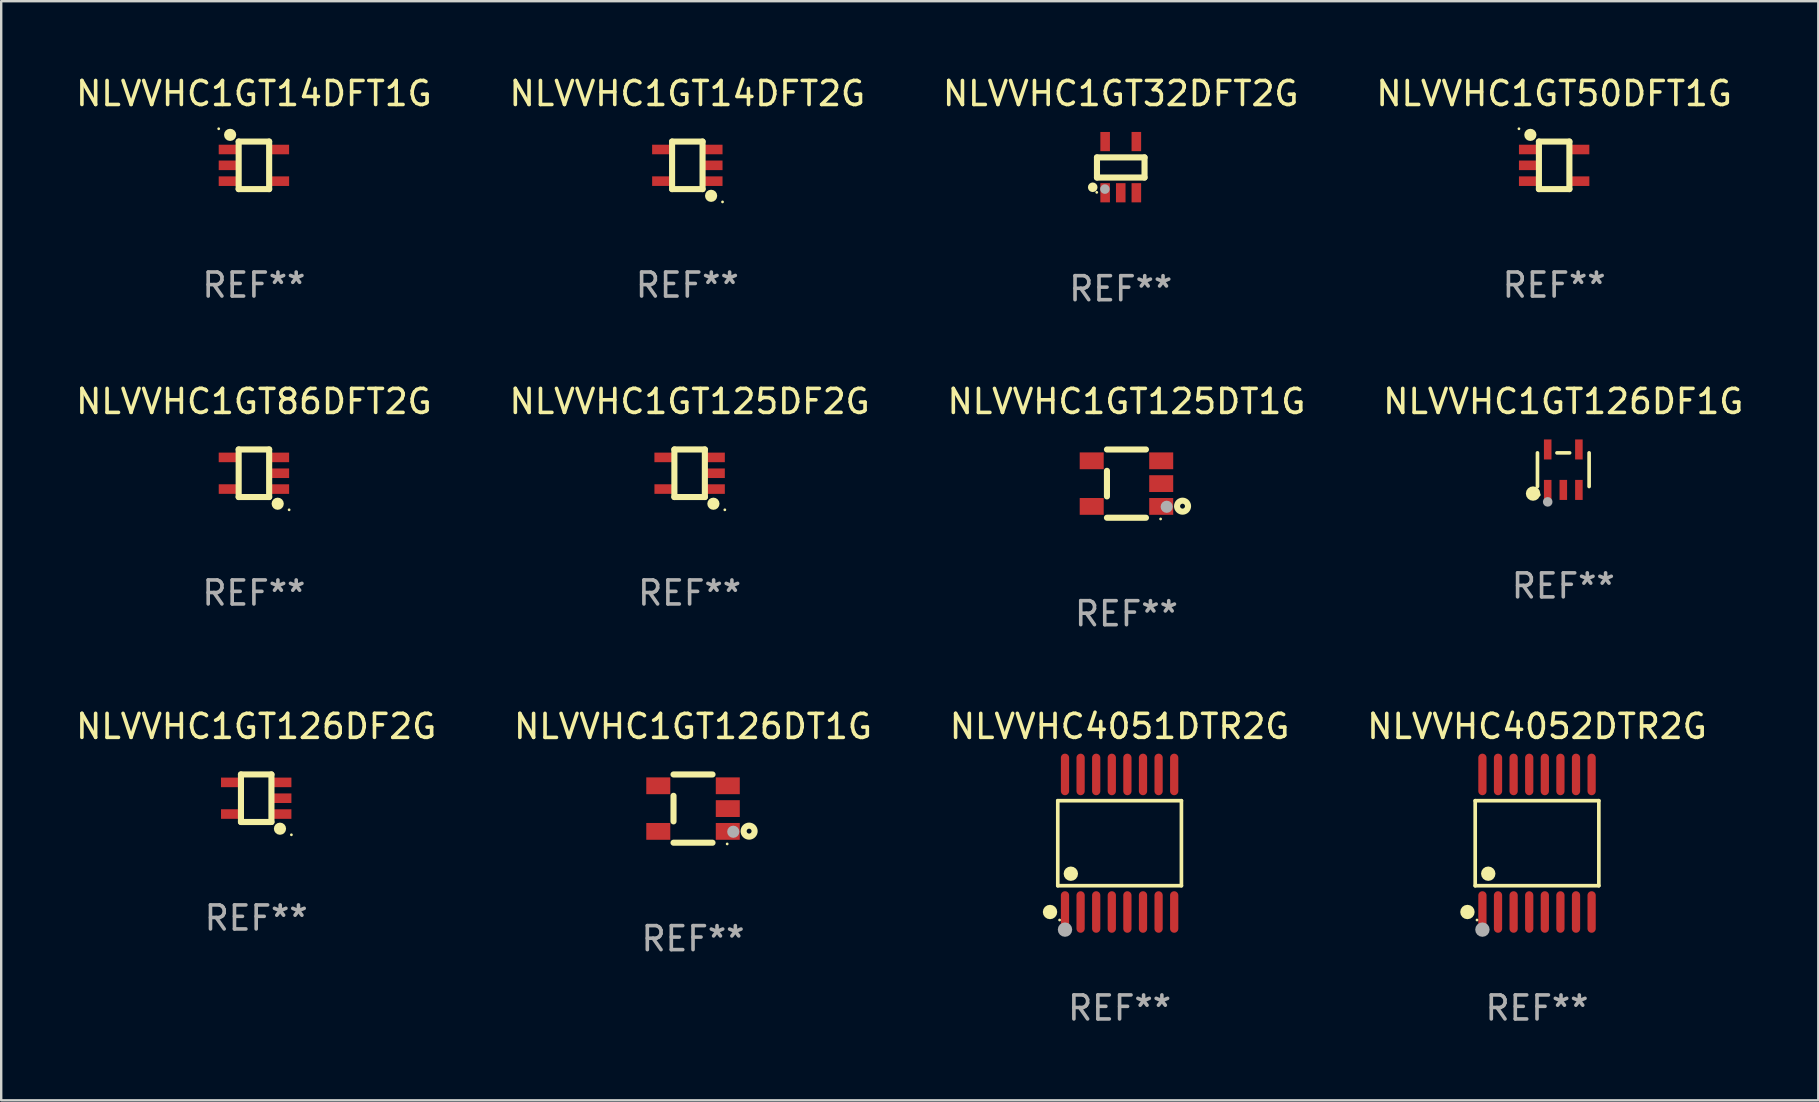
<source format=kicad_pcb>
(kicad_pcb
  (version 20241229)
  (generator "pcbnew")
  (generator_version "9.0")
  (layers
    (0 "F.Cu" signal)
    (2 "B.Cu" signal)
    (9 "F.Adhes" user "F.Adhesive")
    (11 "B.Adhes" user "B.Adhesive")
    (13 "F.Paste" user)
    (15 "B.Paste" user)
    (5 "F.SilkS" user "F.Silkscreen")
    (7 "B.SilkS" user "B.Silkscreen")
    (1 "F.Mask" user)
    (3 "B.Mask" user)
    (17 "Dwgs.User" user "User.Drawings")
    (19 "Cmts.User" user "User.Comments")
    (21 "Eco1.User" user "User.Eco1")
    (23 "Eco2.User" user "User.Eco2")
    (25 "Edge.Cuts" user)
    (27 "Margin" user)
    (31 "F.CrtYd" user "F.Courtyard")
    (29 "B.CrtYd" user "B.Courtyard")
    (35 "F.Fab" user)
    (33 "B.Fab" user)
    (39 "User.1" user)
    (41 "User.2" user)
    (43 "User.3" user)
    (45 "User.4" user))
  (footprint "NLVVHC1GT125DF2G"
    (layer "F.Cu")
    (at 25.685 16.669)
    (property "Reference" "NLVVHC1GT125DF2G" (at 0 -2.991 0) (layer "F.SilkS") (effects (font (size 1 1) (thickness 0.15))))
    (attr through_hole)
    (fp_line (start -0.635 -0.991) (end 0.635 -0.991) (stroke (width 0.254) (type solid)) (layer "F.SilkS"))
    (fp_line (start -0.635 0.991) (end -0.635 -0.991) (stroke (width 0.254) (type solid)) (layer "F.SilkS"))
    (fp_line (start 0.635 -0.991) (end 0.635 0.991) (stroke (width 0.254) (type solid)) (layer "F.SilkS"))
    (fp_line (start 0.635 0.991) (end -0.635 0.991) (stroke (width 0.254) (type solid)) (layer "F.SilkS"))
    (fp_circle (center 0.991 1.27) (end 1.118 1.27) (stroke (width 0.254) (type solid)) (fill no) (layer "F.SilkS"))
    (fp_circle (center 1.467 1.524) (end 1.497 1.524) (stroke (width 0.06) (type solid)) (fill no) (layer "F.SilkS"))
    (fp_text user "REF**" (at 0 4.991 0) (layer "F.Fab") (effects (font (size 1 1) (thickness 0.15))))
    (pad "1" smd rect (at 1.067 0.66 180) (size 0.8 0.399) (layers "F.Cu" "F.Mask" "F.Paste"))
    (pad "2" smd rect (at 1.067 0 180) (size 0.8 0.399) (layers "F.Cu" "F.Mask" "F.Paste"))
    (pad "3" smd rect (at 1.067 -0.66 180) (size 0.8 0.399) (layers "F.Cu" "F.Mask" "F.Paste"))
    (pad "4" smd rect (at -1.067 -0.66 180) (size 0.8 0.399) (layers "F.Cu" "F.Mask" "F.Paste"))
    (pad "5" smd rect (at -1.066 0.659 180) (size 0.8 0.399) (layers "F.Cu" "F.Mask" "F.Paste")))
  (footprint "NLVVHC1GT32DFT2G"
    (layer "F.Cu")
    (at 43.649 3.915)
    (property "Reference" "NLVVHC1GT32DFT2G" (at 0 -3.067 0) (layer "F.SilkS") (effects (font (size 1 1) (thickness 0.15))))
    (attr through_hole)
    (fp_line (start -0.991 -0.406) (end 0.991 -0.406) (stroke (width 0.254) (type solid)) (layer "F.SilkS"))
    (fp_line (start -0.991 0.432) (end -0.991 -0.406) (stroke (width 0.254) (type solid)) (layer "F.SilkS"))
    (fp_line (start 0.991 -0.406) (end 0.991 0.432) (stroke (width 0.254) (type solid)) (layer "F.SilkS"))
    (fp_line (start 0.991 0.432) (end -0.991 0.432) (stroke (width 0.254) (type solid)) (layer "F.SilkS"))
    (fp_circle (center -1.168 0.838) (end -1.068 0.838) (stroke (width 0.2) (type solid)) (fill no) (layer "F.SilkS"))
    (fp_circle (center -1 1.05) (end -0.97 1.05) (stroke (width 0.06) (type solid)) (fill no) (layer "F.SilkS"))
    (fp_circle (center -0.66 0.914) (end -0.56 0.914) (stroke (width 0.2) (type solid)) (fill no) (layer "F.Fab"))
    (fp_text user "REF**" (at 0 5.067 0) (layer "F.Fab") (effects (font (size 1 1) (thickness 0.15))))
    (pad "1" smd rect (at -0.65 1.067 90) (size 0.8 0.399) (layers "F.Cu" "F.Mask" "F.Paste"))
    (pad "2" smd rect (at 0 1.067 90) (size 0.8 0.399) (layers "F.Cu" "F.Mask" "F.Paste"))
    (pad "3" smd rect (at 0.65 1.067 90) (size 0.8 0.399) (layers "F.Cu" "F.Mask" "F.Paste"))
    (pad "4" smd rect (at 0.65 -1.067 90) (size 0.8 0.399) (layers "F.Cu" "F.Mask" "F.Paste"))
    (pad "5" smd rect (at -0.65 -1.066 90) (size 0.8 0.399) (layers "F.Cu" "F.Mask" "F.Paste")))
  (footprint "NLVVHC1GT50DFT1G"
    (layer "F.Cu")
    (at 61.708 3.839)
    (property "Reference" "NLVVHC1GT50DFT1G" (at 0 -2.991 0) (layer "F.SilkS") (effects (font (size 1 1) (thickness 0.15))))
    (attr through_hole)
    (fp_line (start -0.635 -0.991) (end 0.635 -0.991) (stroke (width 0.254) (type solid)) (layer "F.SilkS"))
    (fp_line (start -0.635 0.991) (end -0.635 -0.991) (stroke (width 0.254) (type solid)) (layer "F.SilkS"))
    (fp_line (start 0.635 -0.991) (end 0.635 0.991) (stroke (width 0.254) (type solid)) (layer "F.SilkS"))
    (fp_line (start 0.635 0.991) (end -0.635 0.991) (stroke (width 0.254) (type solid)) (layer "F.SilkS"))
    (fp_circle (center -1.467 -1.524) (end -1.437 -1.524) (stroke (width 0.06) (type solid)) (fill no) (layer "F.SilkS"))
    (fp_circle (center -0.991 -1.27) (end -0.864 -1.27) (stroke (width 0.254) (type solid)) (fill no) (layer "F.SilkS"))
    (fp_text user "REF**" (at 0 4.991 0) (layer "F.Fab") (effects (font (size 1 1) (thickness 0.15))))
    (pad "1" smd rect (at -1.067 -0.66) (size 0.8 0.399) (layers "F.Cu" "F.Mask" "F.Paste"))
    (pad "2" smd rect (at -1.067 0) (size 0.8 0.399) (layers "F.Cu" "F.Mask" "F.Paste"))
    (pad "3" smd rect (at -1.067 0.66) (size 0.8 0.399) (layers "F.Cu" "F.Mask" "F.Paste"))
    (pad "4" smd rect (at 1.067 0.66) (size 0.8 0.399) (layers "F.Cu" "F.Mask" "F.Paste"))
    (pad "5" smd rect (at 1.066 -0.659) (size 0.8 0.399) (layers "F.Cu" "F.Mask" "F.Paste")))
  (footprint "NLVVHC4052DTR2G"
    (layer "F.Cu")
    (at 60.994 32.085)
    (property "Reference" "NLVVHC4052DTR2G" (at 0 -4.866 0) (layer "F.SilkS") (effects (font (size 1 1) (thickness 0.15))))
    (attr through_hole)
    (fp_line (start -2.576 -1.772) (end 2.576 -1.772) (stroke (width 0.152) (type solid)) (layer "F.SilkS"))
    (fp_line (start -2.576 1.771) (end -2.576 -1.772) (stroke (width 0.152) (type solid)) (layer "F.SilkS"))
    (fp_line (start 2.576 -1.772) (end 2.576 1.771) (stroke (width 0.152) (type solid)) (layer "F.SilkS"))
    (fp_line (start 2.576 1.771) (end -2.576 1.771) (stroke (width 0.152) (type solid)) (layer "F.SilkS"))
    (fp_circle (center -2.899 2.866) (end -2.749 2.866) (stroke (width 0.3) (type solid)) (fill no) (layer "F.SilkS"))
    (fp_circle (center -2.5 3.2) (end -2.47 3.2) (stroke (width 0.06) (type solid)) (fill no) (layer "F.SilkS"))
    (fp_circle (center -2.032 1.27) (end -1.882 1.27) (stroke (width 0.3) (type solid)) (fill no) (layer "F.SilkS"))
    (fp_circle (center -2.275 3.6) (end -2.125 3.6) (stroke (width 0.3) (type solid)) (fill no) (layer "F.Fab"))
    (fp_text user "REF**" (at 0 6.866 0) (layer "F.Fab") (effects (font (size 1 1) (thickness 0.15))))
    (pad "1" smd oval (at -2.275 2.866) (size 0.343 1.731) (layers "F.Cu" "F.Mask" "F.Paste"))
    (pad "2" smd oval (at -1.625 2.866) (size 0.343 1.731) (layers "F.Cu" "F.Mask" "F.Paste"))
    (pad "3" smd oval (at -0.975 2.866) (size 0.343 1.731) (layers "F.Cu" "F.Mask" "F.Paste"))
    (pad "4" smd oval (at -0.325 2.866) (size 0.343 1.731) (layers "F.Cu" "F.Mask" "F.Paste"))
    (pad "5" smd oval (at 0.325 2.866) (size 0.343 1.731) (layers "F.Cu" "F.Mask" "F.Paste"))
    (pad "6" smd oval (at 0.975 2.866) (size 0.343 1.731) (layers "F.Cu" "F.Mask" "F.Paste"))
    (pad "7" smd oval (at 1.625 2.866) (size 0.343 1.731) (layers "F.Cu" "F.Mask" "F.Paste"))
    (pad "8" smd oval (at 2.275 2.866) (size 0.343 1.731) (layers "F.Cu" "F.Mask" "F.Paste"))
    (pad "9" smd oval (at 2.275 -2.866) (size 0.343 1.731) (layers "F.Cu" "F.Mask" "F.Paste"))
    (pad "10" smd oval (at 1.625 -2.866) (size 0.343 1.731) (layers "F.Cu" "F.Mask" "F.Paste"))
    (pad "11" smd oval (at 0.975 -2.866) (size 0.343 1.731) (layers "F.Cu" "F.Mask" "F.Paste"))
    (pad "12" smd oval (at 0.325 -2.866) (size 0.343 1.731) (layers "F.Cu" "F.Mask" "F.Paste"))
    (pad "13" smd oval (at -0.325 -2.866) (size 0.343 1.731) (layers "F.Cu" "F.Mask" "F.Paste"))
    (pad "14" smd oval (at -0.975 -2.866) (size 0.343 1.731) (layers "F.Cu" "F.Mask" "F.Paste"))
    (pad "15" smd oval (at -1.625 -2.866) (size 0.343 1.731) (layers "F.Cu" "F.Mask" "F.Paste"))
    (pad "16" smd oval (at -2.275 -2.866) (size 0.343 1.731) (layers "F.Cu" "F.Mask" "F.Paste")))
  (footprint "NLVVHC1GT126DF1G"
    (layer "F.Cu")
    (at 62.089 16.521)
    (property "Reference" "NLVVHC1GT126DF1G" (at 0 -2.843 0) (layer "F.SilkS") (effects (font (size 1 1) (thickness 0.15))))
    (attr through_hole)
    (fp_line (start -1.076 0.701) (end -1.076 -0.701) (stroke (width 0.152) (type solid)) (layer "F.SilkS"))
    (fp_line (start 0.264 -0.701) (end -0.264 -0.701) (stroke (width 0.152) (type solid)) (layer "F.SilkS"))
    (fp_line (start 1.076 0.701) (end 1.076 -0.701) (stroke (width 0.152) (type solid)) (layer "F.SilkS"))
    (fp_circle (center -1.26 0.995) (end -1.11 0.995) (stroke (width 0.3) (type solid)) (fill no) (layer "F.SilkS"))
    (fp_circle (center -1 1.05) (end -0.97 1.05) (stroke (width 0.06) (type solid)) (fill no) (layer "F.SilkS"))
    (fp_circle (center -0.65 1.341) (end -0.55 1.341) (stroke (width 0.2) (type solid)) (fill no) (layer "F.Fab"))
    (fp_text user "REF**" (at 0 4.843 0) (layer "F.Fab") (effects (font (size 1 1) (thickness 0.15))))
    (pad "1" smd rect (at -0.65 0.843) (size 0.315 0.835) (layers "F.Cu" "F.Mask" "F.Paste"))
    (pad "2" smd rect (at 0.00014 0.843) (size 0.315 0.835) (layers "F.Cu" "F.Mask" "F.Paste"))
    (pad "3" smd rect (at 0.65 0.843) (size 0.315 0.835) (layers "F.Cu" "F.Mask" "F.Paste"))
    (pad "4" smd rect (at 0.65 -0.843) (size 0.315 0.835) (layers "F.Cu" "F.Mask" "F.Paste"))
    (pad "5" smd rect (at -0.65 -0.843) (size 0.315 0.835) (layers "F.Cu" "F.Mask" "F.Paste")))
  (footprint "NLVVHC1GT125DT1G"
    (layer "F.Cu")
    (at 43.887 17.101)
    (property "Reference" "NLVVHC1GT125DT1G" (at 0 -3.422 0) (layer "F.SilkS") (effects (font (size 1 1) (thickness 0.15))))
    (attr through_hole)
    (fp_line (start -0.813 -1.422) (end 0.812 -1.422) (stroke (width 0.254) (type solid)) (layer "F.SilkS"))
    (fp_line (start -0.813 0.533) (end -0.813 -0.533) (stroke (width 0.254) (type solid)) (layer "F.SilkS"))
    (fp_line (start 0.812 1.422) (end -0.813 1.422) (stroke (width 0.254) (type solid)) (layer "F.SilkS"))
    (fp_circle (center 1.423 1.473) (end 1.453 1.473) (stroke (width 0.06) (type solid)) (fill no) (layer "F.SilkS"))
    (fp_circle (center 2.337 0.94) (end 2.439 0.94) (stroke (width 0.254) (type solid)) (fill no) (layer "F.SilkS"))
    (fp_circle (center 1.677 0.965) (end 1.804 0.965) (stroke (width 0.254) (type solid)) (fill no) (layer "F.Fab"))
    (fp_text user "REF**" (at 0 5.422 0) (layer "F.Fab") (effects (font (size 1 1) (thickness 0.15))))
    (pad "1" smd rect (at 1.448 0.95 90) (size 0.7 1) (layers "F.Cu" "F.Mask" "F.Paste"))
    (pad "2" smd rect (at 1.448 0.000127 90) (size 0.7 1) (layers "F.Cu" "F.Mask" "F.Paste"))
    (pad "3" smd rect (at 1.448 -0.95 90) (size 0.7 1) (layers "F.Cu" "F.Mask" "F.Paste"))
    (pad "4" smd rect (at -1.448 -0.95 90) (size 0.7 1) (layers "F.Cu" "F.Mask" "F.Paste"))
    (pad "5" smd rect (at -1.448 0.95 90) (size 0.7 1) (layers "F.Cu" "F.Mask" "F.Paste")))
  (footprint "NLVVHC1GT126DF2G"
    (layer "F.Cu")
    (at 7.625 30.21)
    (property "Reference" "NLVVHC1GT126DF2G" (at 0 -2.991 0) (layer "F.SilkS") (effects (font (size 1 1) (thickness 0.15))))
    (attr through_hole)
    (fp_line (start -0.635 -0.991) (end 0.635 -0.991) (stroke (width 0.254) (type solid)) (layer "F.SilkS"))
    (fp_line (start -0.635 0.991) (end -0.635 -0.991) (stroke (width 0.254) (type solid)) (layer "F.SilkS"))
    (fp_line (start 0.635 -0.991) (end 0.635 0.991) (stroke (width 0.254) (type solid)) (layer "F.SilkS"))
    (fp_line (start 0.635 0.991) (end -0.635 0.991) (stroke (width 0.254) (type solid)) (layer "F.SilkS"))
    (fp_circle (center 0.991 1.27) (end 1.118 1.27) (stroke (width 0.254) (type solid)) (fill no) (layer "F.SilkS"))
    (fp_circle (center 1.467 1.524) (end 1.497 1.524) (stroke (width 0.06) (type solid)) (fill no) (layer "F.SilkS"))
    (fp_text user "REF**" (at 0 4.991 0) (layer "F.Fab") (effects (font (size 1 1) (thickness 0.15))))
    (pad "1" smd rect (at 1.067 0.66 180) (size 0.8 0.399) (layers "F.Cu" "F.Mask" "F.Paste"))
    (pad "2" smd rect (at 1.067 0 180) (size 0.8 0.399) (layers "F.Cu" "F.Mask" "F.Paste"))
    (pad "3" smd rect (at 1.067 -0.66 180) (size 0.8 0.399) (layers "F.Cu" "F.Mask" "F.Paste"))
    (pad "4" smd rect (at -1.067 -0.66 180) (size 0.8 0.399) (layers "F.Cu" "F.Mask" "F.Paste"))
    (pad "5" smd rect (at -1.066 0.659 180) (size 0.8 0.399) (layers "F.Cu" "F.Mask" "F.Paste")))
  (footprint "NLVVHC1GT86DFT2G"
    (layer "F.Cu")
    (at 7.53 16.669)
    (property "Reference" "NLVVHC1GT86DFT2G" (at 0 -2.991 0) (layer "F.SilkS") (effects (font (size 1 1) (thickness 0.15))))
    (attr through_hole)
    (fp_line (start -0.635 -0.991) (end 0.635 -0.991) (stroke (width 0.254) (type solid)) (layer "F.SilkS"))
    (fp_line (start -0.635 0.991) (end -0.635 -0.991) (stroke (width 0.254) (type solid)) (layer "F.SilkS"))
    (fp_line (start 0.635 -0.991) (end 0.635 0.991) (stroke (width 0.254) (type solid)) (layer "F.SilkS"))
    (fp_line (start 0.635 0.991) (end -0.635 0.991) (stroke (width 0.254) (type solid)) (layer "F.SilkS"))
    (fp_circle (center 0.991 1.27) (end 1.118 1.27) (stroke (width 0.254) (type solid)) (fill no) (layer "F.SilkS"))
    (fp_circle (center 1.467 1.524) (end 1.497 1.524) (stroke (width 0.06) (type solid)) (fill no) (layer "F.SilkS"))
    (fp_text user "REF**" (at 0 4.991 0) (layer "F.Fab") (effects (font (size 1 1) (thickness 0.15))))
    (pad "1" smd rect (at 1.067 0.66 180) (size 0.8 0.399) (layers "F.Cu" "F.Mask" "F.Paste"))
    (pad "2" smd rect (at 1.067 0 180) (size 0.8 0.399) (layers "F.Cu" "F.Mask" "F.Paste"))
    (pad "3" smd rect (at 1.067 -0.66 180) (size 0.8 0.399) (layers "F.Cu" "F.Mask" "F.Paste"))
    (pad "4" smd rect (at -1.067 -0.66 180) (size 0.8 0.399) (layers "F.Cu" "F.Mask" "F.Paste"))
    (pad "5" smd rect (at -1.066 0.659 180) (size 0.8 0.399) (layers "F.Cu" "F.Mask" "F.Paste")))
  (footprint "NLVVHC1GT14DFT2G"
    (layer "F.Cu")
    (at 25.589 3.839)
    (property "Reference" "NLVVHC1GT14DFT2G" (at 0 -2.991 0) (layer "F.SilkS") (effects (font (size 1 1) (thickness 0.15))))
    (attr through_hole)
    (fp_line (start -0.635 -0.991) (end 0.635 -0.991) (stroke (width 0.254) (type solid)) (layer "F.SilkS"))
    (fp_line (start -0.635 0.991) (end -0.635 -0.991) (stroke (width 0.254) (type solid)) (layer "F.SilkS"))
    (fp_line (start 0.635 -0.991) (end 0.635 0.991) (stroke (width 0.254) (type solid)) (layer "F.SilkS"))
    (fp_line (start 0.635 0.991) (end -0.635 0.991) (stroke (width 0.254) (type solid)) (layer "F.SilkS"))
    (fp_circle (center 0.991 1.27) (end 1.118 1.27) (stroke (width 0.254) (type solid)) (fill no) (layer "F.SilkS"))
    (fp_circle (center 1.467 1.524) (end 1.497 1.524) (stroke (width 0.06) (type solid)) (fill no) (layer "F.SilkS"))
    (fp_text user "REF**" (at 0 4.991 0) (layer "F.Fab") (effects (font (size 1 1) (thickness 0.15))))
    (pad "1" smd rect (at 1.067 0.66 180) (size 0.8 0.399) (layers "F.Cu" "F.Mask" "F.Paste"))
    (pad "2" smd rect (at 1.067 0 180) (size 0.8 0.399) (layers "F.Cu" "F.Mask" "F.Paste"))
    (pad "3" smd rect (at 1.067 -0.66 180) (size 0.8 0.399) (layers "F.Cu" "F.Mask" "F.Paste"))
    (pad "4" smd rect (at -1.067 -0.66 180) (size 0.8 0.399) (layers "F.Cu" "F.Mask" "F.Paste"))
    (pad "5" smd rect (at -1.066 0.659 180) (size 0.8 0.399) (layers "F.Cu" "F.Mask" "F.Paste")))
  (footprint "NLVVHC1GT126DT1G"
    (layer "F.Cu")
    (at 25.827 30.642)
    (property "Reference" "NLVVHC1GT126DT1G" (at 0 -3.422 0) (layer "F.SilkS") (effects (font (size 1 1) (thickness 0.15))))
    (attr through_hole)
    (fp_line (start -0.813 -1.422) (end 0.812 -1.422) (stroke (width 0.254) (type solid)) (layer "F.SilkS"))
    (fp_line (start -0.813 0.533) (end -0.813 -0.533) (stroke (width 0.254) (type solid)) (layer "F.SilkS"))
    (fp_line (start 0.812 1.422) (end -0.813 1.422) (stroke (width 0.254) (type solid)) (layer "F.SilkS"))
    (fp_circle (center 1.423 1.473) (end 1.453 1.473) (stroke (width 0.06) (type solid)) (fill no) (layer "F.SilkS"))
    (fp_circle (center 2.337 0.94) (end 2.439 0.94) (stroke (width 0.254) (type solid)) (fill no) (layer "F.SilkS"))
    (fp_circle (center 1.677 0.965) (end 1.804 0.965) (stroke (width 0.254) (type solid)) (fill no) (layer "F.Fab"))
    (fp_text user "REF**" (at 0 5.422 0) (layer "F.Fab") (effects (font (size 1 1) (thickness 0.15))))
    (pad "1" smd rect (at 1.448 0.95 90) (size 0.7 1) (layers "F.Cu" "F.Mask" "F.Paste"))
    (pad "2" smd rect (at 1.448 0.000127 90) (size 0.7 1) (layers "F.Cu" "F.Mask" "F.Paste"))
    (pad "3" smd rect (at 1.448 -0.95 90) (size 0.7 1) (layers "F.Cu" "F.Mask" "F.Paste"))
    (pad "4" smd rect (at -1.448 -0.95 90) (size 0.7 1) (layers "F.Cu" "F.Mask" "F.Paste"))
    (pad "5" smd rect (at -1.448 0.95 90) (size 0.7 1) (layers "F.Cu" "F.Mask" "F.Paste")))
  (footprint "NLVVHC4051DTR2G"
    (layer "F.Cu")
    (at 43.601 32.085)
    (property "Reference" "NLVVHC4051DTR2G" (at 0 -4.866 0) (layer "F.SilkS") (effects (font (size 1 1) (thickness 0.15))))
    (attr through_hole)
    (fp_line (start -2.576 -1.772) (end 2.576 -1.772) (stroke (width 0.152) (type solid)) (layer "F.SilkS"))
    (fp_line (start -2.576 1.771) (end -2.576 -1.772) (stroke (width 0.152) (type solid)) (layer "F.SilkS"))
    (fp_line (start 2.576 -1.772) (end 2.576 1.771) (stroke (width 0.152) (type solid)) (layer "F.SilkS"))
    (fp_line (start 2.576 1.771) (end -2.576 1.771) (stroke (width 0.152) (type solid)) (layer "F.SilkS"))
    (fp_circle (center -2.899 2.866) (end -2.749 2.866) (stroke (width 0.3) (type solid)) (fill no) (layer "F.SilkS"))
    (fp_circle (center -2.5 3.2) (end -2.47 3.2) (stroke (width 0.06) (type solid)) (fill no) (layer "F.SilkS"))
    (fp_circle (center -2.032 1.27) (end -1.882 1.27) (stroke (width 0.3) (type solid)) (fill no) (layer "F.SilkS"))
    (fp_circle (center -2.275 3.6) (end -2.125 3.6) (stroke (width 0.3) (type solid)) (fill no) (layer "F.Fab"))
    (fp_text user "REF**" (at 0 6.866 0) (layer "F.Fab") (effects (font (size 1 1) (thickness 0.15))))
    (pad "1" smd oval (at -2.275 2.866) (size 0.343 1.731) (layers "F.Cu" "F.Mask" "F.Paste"))
    (pad "2" smd oval (at -1.625 2.866) (size 0.343 1.731) (layers "F.Cu" "F.Mask" "F.Paste"))
    (pad "3" smd oval (at -0.975 2.866) (size 0.343 1.731) (layers "F.Cu" "F.Mask" "F.Paste"))
    (pad "4" smd oval (at -0.325 2.866) (size 0.343 1.731) (layers "F.Cu" "F.Mask" "F.Paste"))
    (pad "5" smd oval (at 0.325 2.866) (size 0.343 1.731) (layers "F.Cu" "F.Mask" "F.Paste"))
    (pad "6" smd oval (at 0.975 2.866) (size 0.343 1.731) (layers "F.Cu" "F.Mask" "F.Paste"))
    (pad "7" smd oval (at 1.625 2.866) (size 0.343 1.731) (layers "F.Cu" "F.Mask" "F.Paste"))
    (pad "8" smd oval (at 2.275 2.866) (size 0.343 1.731) (layers "F.Cu" "F.Mask" "F.Paste"))
    (pad "9" smd oval (at 2.275 -2.866) (size 0.343 1.731) (layers "F.Cu" "F.Mask" "F.Paste"))
    (pad "10" smd oval (at 1.625 -2.866) (size 0.343 1.731) (layers "F.Cu" "F.Mask" "F.Paste"))
    (pad "11" smd oval (at 0.975 -2.866) (size 0.343 1.731) (layers "F.Cu" "F.Mask" "F.Paste"))
    (pad "12" smd oval (at 0.325 -2.866) (size 0.343 1.731) (layers "F.Cu" "F.Mask" "F.Paste"))
    (pad "13" smd oval (at -0.325 -2.866) (size 0.343 1.731) (layers "F.Cu" "F.Mask" "F.Paste"))
    (pad "14" smd oval (at -0.975 -2.866) (size 0.343 1.731) (layers "F.Cu" "F.Mask" "F.Paste"))
    (pad "15" smd oval (at -1.625 -2.866) (size 0.343 1.731) (layers "F.Cu" "F.Mask" "F.Paste"))
    (pad "16" smd oval (at -2.275 -2.866) (size 0.343 1.731) (layers "F.Cu" "F.Mask" "F.Paste")))
  (footprint "NLVVHC1GT14DFT1G"
    (layer "F.Cu")
    (at 7.53 3.839)
    (property "Reference" "NLVVHC1GT14DFT1G" (at 0 -2.991 0) (layer "F.SilkS") (effects (font (size 1 1) (thickness 0.15))))
    (attr through_hole)
    (fp_line (start -0.635 -0.991) (end 0.635 -0.991) (stroke (width 0.254) (type solid)) (layer "F.SilkS"))
    (fp_line (start -0.635 0.991) (end -0.635 -0.991) (stroke (width 0.254) (type solid)) (layer "F.SilkS"))
    (fp_line (start 0.635 -0.991) (end 0.635 0.991) (stroke (width 0.254) (type solid)) (layer "F.SilkS"))
    (fp_line (start 0.635 0.991) (end -0.635 0.991) (stroke (width 0.254) (type solid)) (layer "F.SilkS"))
    (fp_circle (center -1.467 -1.524) (end -1.437 -1.524) (stroke (width 0.06) (type solid)) (fill no) (layer "F.SilkS"))
    (fp_circle (center -0.991 -1.27) (end -0.864 -1.27) (stroke (width 0.254) (type solid)) (fill no) (layer "F.SilkS"))
    (fp_text user "REF**" (at 0 4.991 0) (layer "F.Fab") (effects (font (size 1 1) (thickness 0.15))))
    (pad "1" smd rect (at -1.067 -0.66) (size 0.8 0.399) (layers "F.Cu" "F.Mask" "F.Paste"))
    (pad "2" smd rect (at -1.067 0) (size 0.8 0.399) (layers "F.Cu" "F.Mask" "F.Paste"))
    (pad "3" smd rect (at -1.067 0.66) (size 0.8 0.399) (layers "F.Cu" "F.Mask" "F.Paste"))
    (pad "4" smd rect (at 1.067 0.66) (size 0.8 0.399) (layers "F.Cu" "F.Mask" "F.Paste"))
    (pad "5" smd rect (at 1.066 -0.659) (size 0.8 0.399) (layers "F.Cu" "F.Mask" "F.Paste")))
  (gr_rect
    (start -3 -3)
    (end 72.714 42.799)
    (stroke (width 0.1) (type default))
    (fill no)
    (layer "Edge.Cuts")))
</source>
